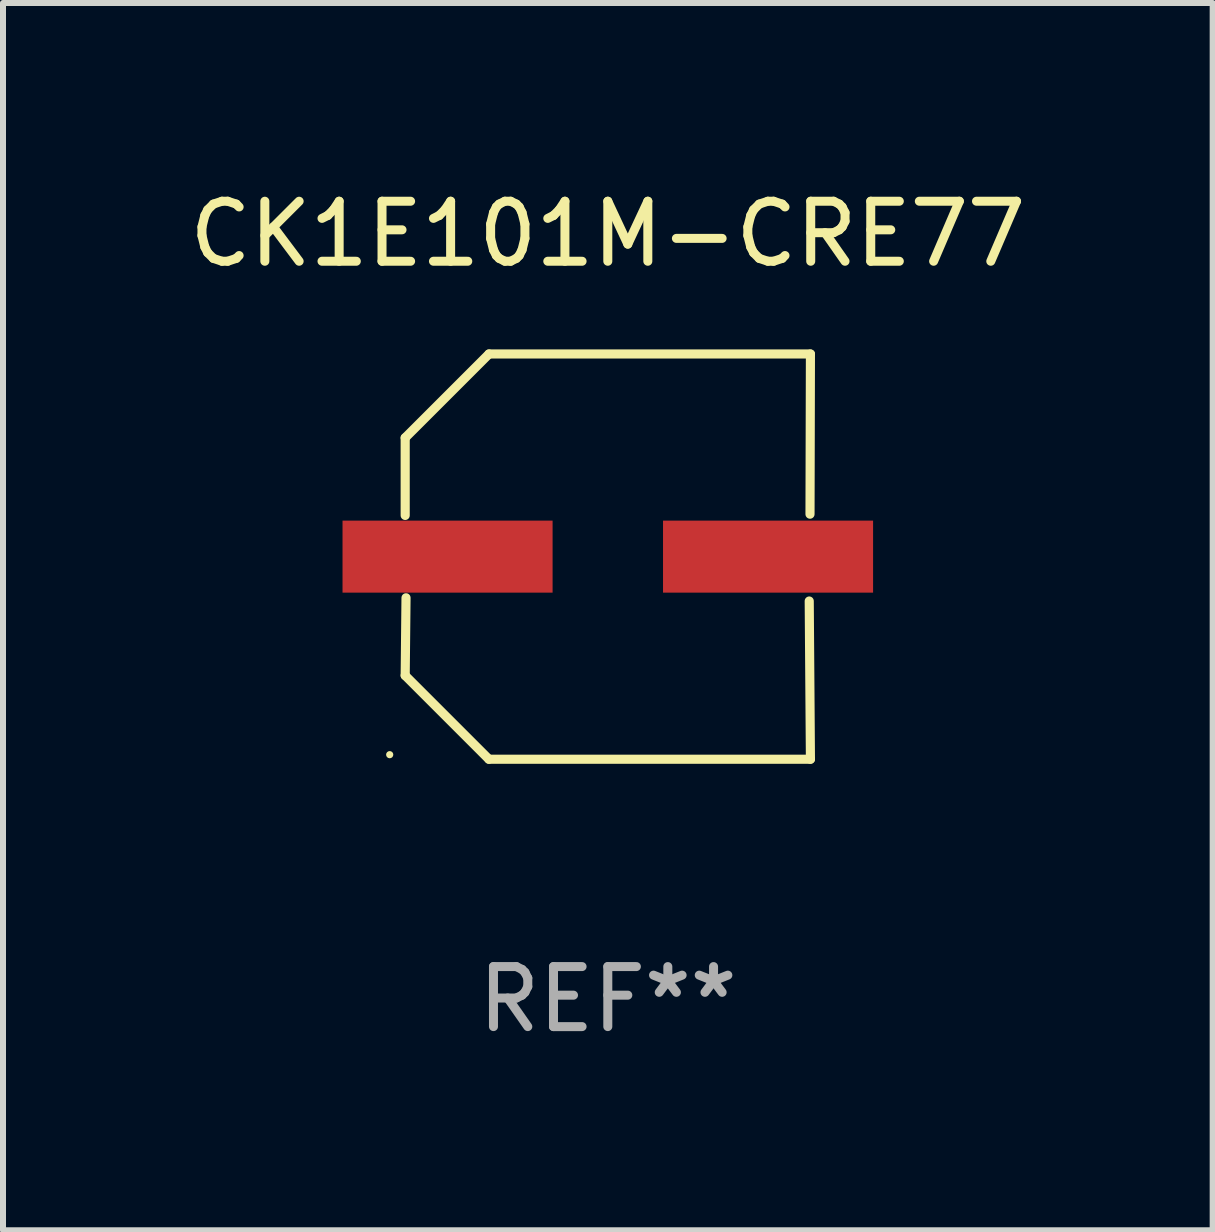
<source format=kicad_pcb>
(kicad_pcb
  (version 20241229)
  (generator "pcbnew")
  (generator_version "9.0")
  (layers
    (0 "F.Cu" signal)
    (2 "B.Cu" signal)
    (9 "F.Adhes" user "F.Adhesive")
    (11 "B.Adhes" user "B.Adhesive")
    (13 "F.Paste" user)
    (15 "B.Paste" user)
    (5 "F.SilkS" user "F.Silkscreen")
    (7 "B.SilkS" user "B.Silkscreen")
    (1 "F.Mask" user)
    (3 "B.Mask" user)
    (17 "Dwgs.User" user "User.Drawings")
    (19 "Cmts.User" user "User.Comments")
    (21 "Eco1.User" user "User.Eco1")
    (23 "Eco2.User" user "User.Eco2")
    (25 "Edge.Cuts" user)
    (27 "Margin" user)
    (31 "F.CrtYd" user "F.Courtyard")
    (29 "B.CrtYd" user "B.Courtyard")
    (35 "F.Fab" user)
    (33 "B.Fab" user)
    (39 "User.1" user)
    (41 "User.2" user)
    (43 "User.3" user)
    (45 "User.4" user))
  (footprint "CK1E101M-CRE77"
    (layer "F.Cu")
    (at 7.077 6.224)
    (property "Reference" "CK1E101M-CRE77" (at 0 -5.376 0) (layer "F.SilkS") (effects (font (size 1 1) (thickness 0.15))))
    (attr through_hole)
    (fp_line (start -3.376 -1.98) (end -3.376 -0.686) (stroke (width 0.152) (type solid)) (layer "F.SilkS"))
    (fp_line (start -3.376 1.981) (end -3.362 0.686) (stroke (width 0.152) (type solid)) (layer "F.SilkS"))
    (fp_line (start -1.981 3.376) (end -3.376 1.981) (stroke (width 0.152) (type solid)) (layer "F.SilkS"))
    (fp_line (start -1.98 -3.376) (end -3.376 -1.98) (stroke (width 0.152) (type solid)) (layer "F.SilkS"))
    (fp_line (start 3.356 0.74) (end 3.376 3.376) (stroke (width 0.152) (type solid)) (layer "F.SilkS"))
    (fp_line (start 3.369 -0.707) (end 3.376 -3.376) (stroke (width 0.152) (type solid)) (layer "F.SilkS"))
    (fp_line (start 3.376 3.376) (end -1.981 3.376) (stroke (width 0.152) (type solid)) (layer "F.SilkS"))
    (fp_line (start 3.376 -3.376) (end -1.98 -3.376) (stroke (width 0.152) (type solid)) (layer "F.SilkS"))
    (fp_circle (center -3.634 3.3) (end -3.604 3.3) (stroke (width 0.06) (type solid)) (fill no) (layer "F.SilkS"))
    (fp_text user "REF**" (at 0 7.376 0) (layer "F.Fab") (effects (font (size 1 1) (thickness 0.15))))
    (pad "1" smd rect (at -2.67 0.000254) (size 3.5 1.2) (layers "F.Cu" "F.Mask" "F.Paste"))
    (pad "2" smd rect (at 2.67 0.000254) (size 3.5 1.2) (layers "F.Cu" "F.Mask" "F.Paste")))
  (gr_rect
    (start -3 -3)
    (end 17.155 17.448)
    (stroke (width 0.1) (type default))
    (fill no)
    (layer "Edge.Cuts")))
</source>
